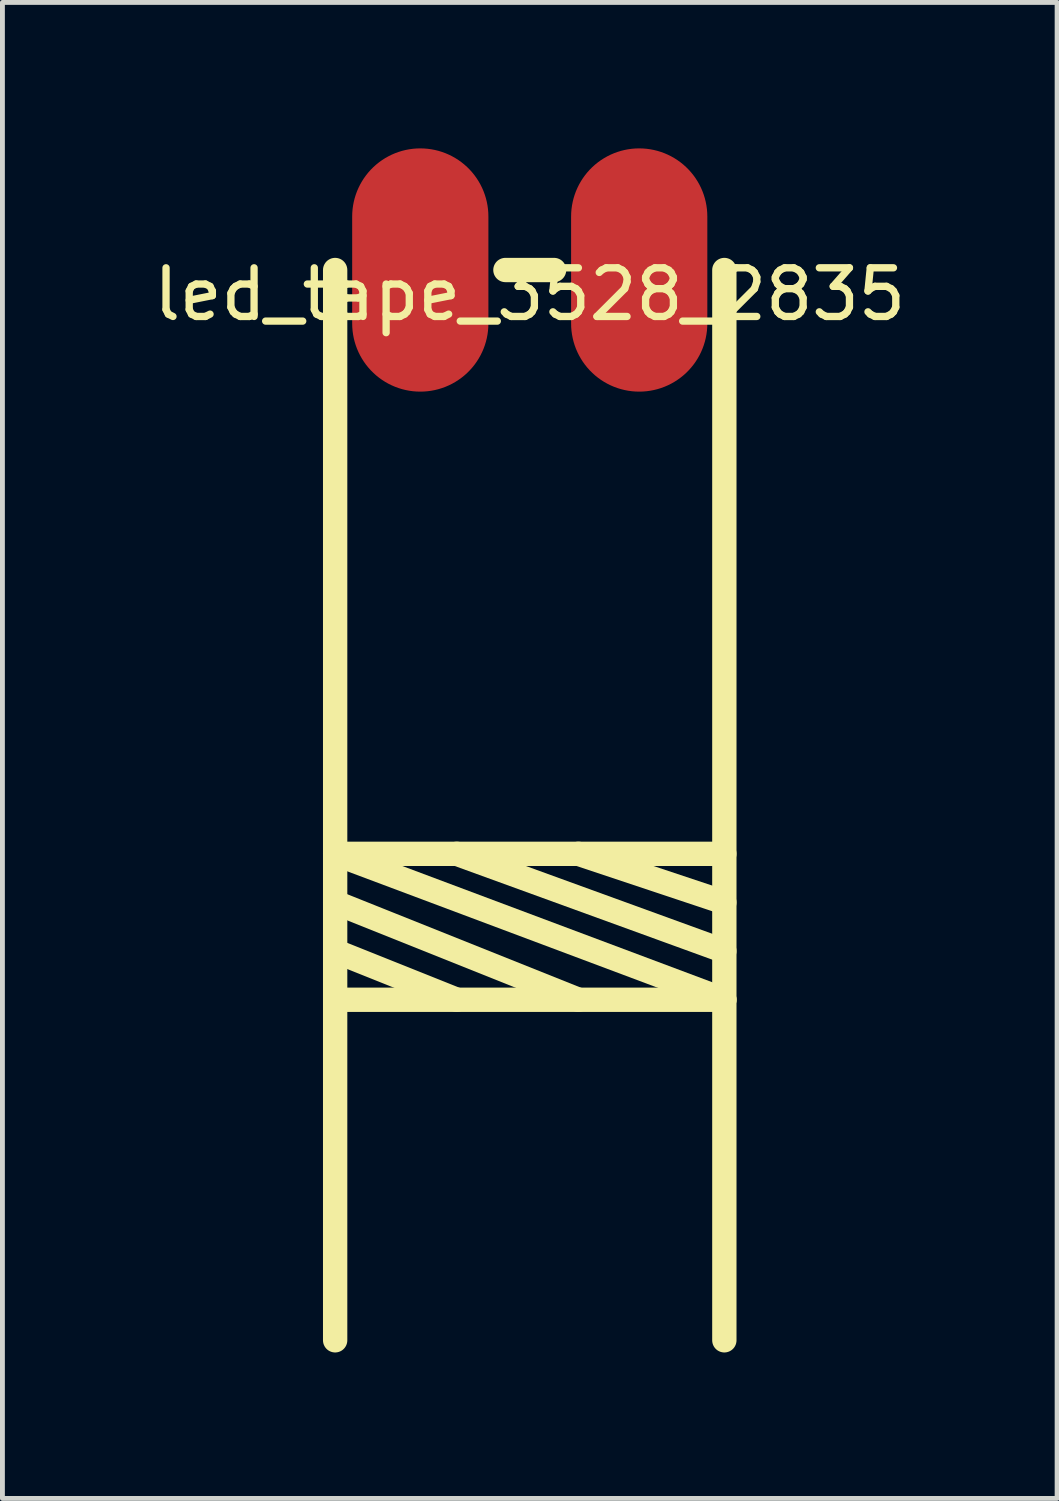
<source format=kicad_pcb>
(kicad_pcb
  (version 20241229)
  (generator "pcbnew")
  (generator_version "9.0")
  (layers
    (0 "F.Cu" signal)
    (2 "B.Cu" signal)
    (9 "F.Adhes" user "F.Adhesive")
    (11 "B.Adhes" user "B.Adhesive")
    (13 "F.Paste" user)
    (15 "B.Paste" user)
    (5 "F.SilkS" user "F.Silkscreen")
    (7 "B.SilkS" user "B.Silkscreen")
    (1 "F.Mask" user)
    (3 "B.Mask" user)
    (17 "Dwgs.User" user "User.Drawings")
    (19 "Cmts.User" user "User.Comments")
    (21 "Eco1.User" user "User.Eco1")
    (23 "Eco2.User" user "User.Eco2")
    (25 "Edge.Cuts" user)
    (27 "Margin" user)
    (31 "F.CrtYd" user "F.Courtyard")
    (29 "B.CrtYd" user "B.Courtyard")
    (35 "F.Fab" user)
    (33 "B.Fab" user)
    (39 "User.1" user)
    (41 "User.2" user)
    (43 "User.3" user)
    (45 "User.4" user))
  (footprint "led_tape_3528_2835"
    (layer "F.Cu")
    (at 7.839 2.5)
    (property "Reference" "led_tape_3528_2835" (at 0 0.5 0) (layer "F.SilkS") (effects (font (size 1 1) (thickness 0.15))))
    (attr through_hole)
    (fp_line (start -4 0) (end -4 22) (stroke (width 0.5) (type solid)) (layer "F.SilkS"))
    (fp_line (start -4 12) (end 4 12) (stroke (width 0.5) (type solid)) (layer "F.SilkS"))
    (fp_line (start -4 13) (end 1 15) (stroke (width 0.5) (type solid)) (layer "F.SilkS"))
    (fp_line (start -4 14) (end -1.5 15) (stroke (width 0.5) (type solid)) (layer "F.SilkS"))
    (fp_line (start -4 15) (end 4 15) (stroke (width 0.5) (type solid)) (layer "F.SilkS"))
    (fp_line (start -0.5 0) (end 0.5 0) (stroke (width 0.5) (type solid)) (layer "F.SilkS"))
    (fp_line (start 1 12) (end 4 13) (stroke (width 0.5) (type solid)) (layer "F.SilkS"))
    (fp_line (start 4 14) (end -1.5 12) (stroke (width 0.5) (type solid)) (layer "F.SilkS"))
    (fp_line (start 4 15) (end -4 12) (stroke (width 0.5) (type solid)) (layer "F.SilkS"))
    (fp_line (start 4 22) (end 4 0) (stroke (width 0.5) (type solid)) (layer "F.SilkS"))
    (pad "1" smd oval (at -2.25 0) (size 2.8 5) (layers "F.Cu" "F.Mask" "F.Paste"))
    (pad "2" smd oval (at 2.25 0) (size 2.8 5) (layers "F.Cu" "F.Mask" "F.Paste")))
  (gr_rect
    (start -3 -3)
    (end 18.679 27.75)
    (stroke (width 0.1) (type default))
    (fill no)
    (layer "Edge.Cuts")))
</source>
